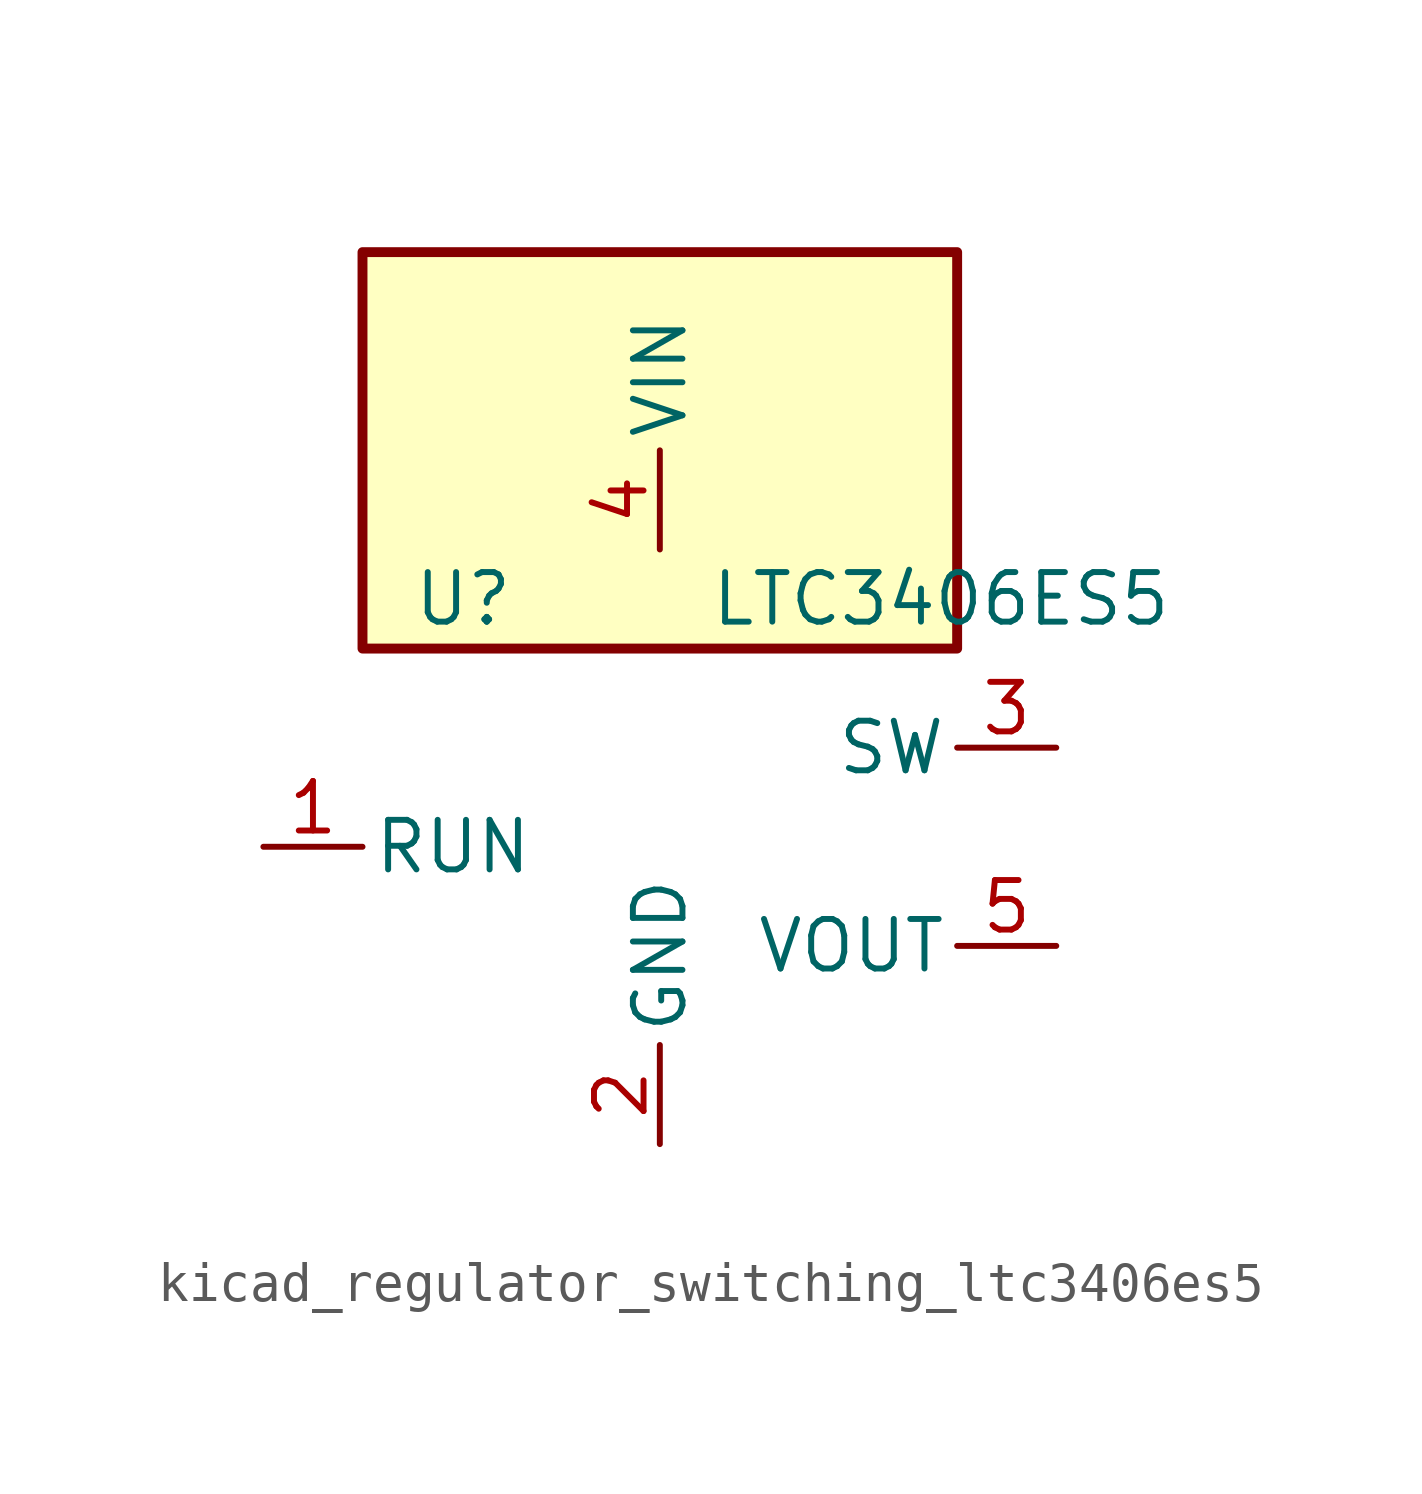
<source format=kicad_sym>
(kicad_symbol_lib
  (version 20220914)
  (generator kicad_symbol_editor)
  (symbol "kicad_regulator_switching_ltc3406es5"
    (pin_names
      (offset 0.254))
    (property "Reference" "U"
      (at -6.35 6.35 0)
      (effects (font (size 1.27 1.27)) (justify left)))
    (property "Value" "LTC3406ES5"
      (at 1.27 6.35 0)
      (effects (font (size 1.27 1.27)) (justify left)))
    (symbol "kicad_regulator_switching_ltc3406es5_0_1"
      (rectangle (start 7.62 15.24) (end -7.62 5.08) (stroke (width 0.254) (type default)) (fill (type background))))
    (symbol "kicad_regulator_switching_ltc3406es5_1_1"
      (pin input line (at -10.16 0 0) (length 2.54) (name "RUN" (effects (font (size 1.27 1.27)))) (number "1" (effects (font (size 1.27 1.27)))))
      (pin power_in line (at 0 -7.62 90) (length 2.54) (name "GND" (effects (font (size 1.27 1.27)))) (number "2" (effects (font (size 1.27 1.27)))))
      (pin output line (at 10.16 2.54 180) (length 2.54) (name "SW" (effects (font (size 1.27 1.27)))) (number "3" (effects (font (size 1.27 1.27)))))
      (pin power_in line (at 0 7.62 90) (length 2.54) (name "VIN" (effects (font (size 1.27 1.27)))) (number "4" (effects (font (size 1.27 1.27)))))
      (pin power_out line (at 10.16 -2.54 180) (length 2.54) (name "VOUT" (effects (font (size 1.27 1.27)))) (number "5" (effects (font (size 1.27 1.27))))))))
</source>
